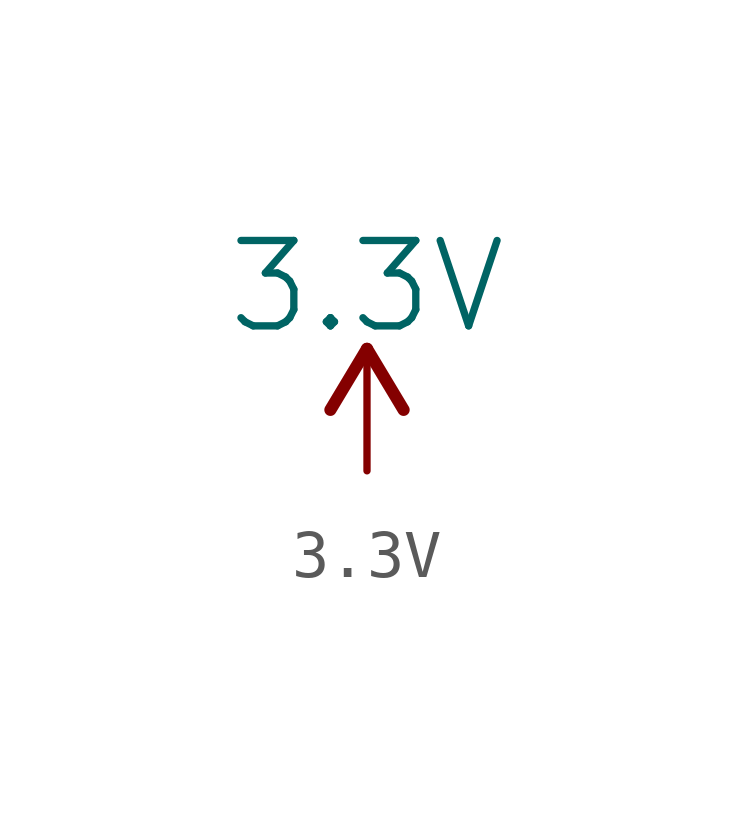
<source format=kicad_sym>
(kicad_symbol_lib
  (version 20231120)
  (generator "kicad_symbol_editor")
  (generator_version "8.0")
  (symbol "3.3V"
    (power)
    (property "Reference" "#SUPPLY"
      (at 0 0 0)
      (effects (font (size 1.27 1.27)) (hide yes)))
    (property "Value" "3.3V"
      (at 0 2.794 0)
      (effects (font (size 1.778 1.778)) (justify bottom)))
    (property "ki_locked" ""
      (at 0 0 0)
      (effects (font (size 1.27 1.27))))
    (symbol "3.3V_1_0"
      (polyline (pts (xy 0 2.54) (xy -0.762 1.27)) (stroke (width 0.254) (type solid)) (fill (type none)))
      (polyline (pts (xy 0.762 1.27) (xy 0 2.54)) (stroke (width 0.254) (type solid)) (fill (type none)))
      (pin power_in line (at 0 0 90) (length 2.54) (name "3.3V" (effects (font (size 0 0)))) (number "1" (effects (font (size 0 0))))))))
</source>
